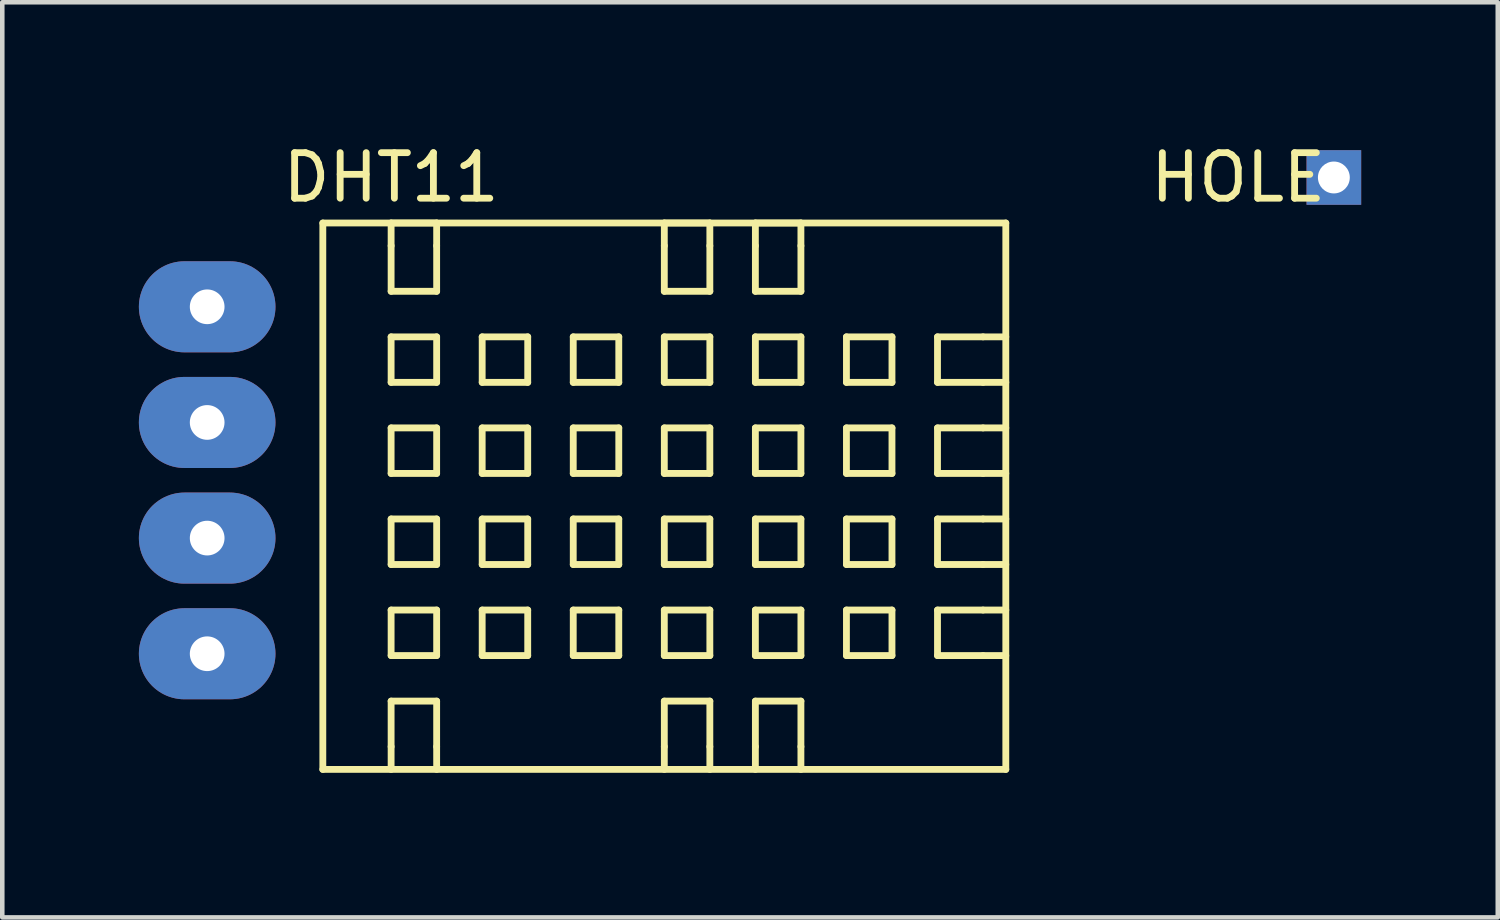
<source format=kicad_pcb>
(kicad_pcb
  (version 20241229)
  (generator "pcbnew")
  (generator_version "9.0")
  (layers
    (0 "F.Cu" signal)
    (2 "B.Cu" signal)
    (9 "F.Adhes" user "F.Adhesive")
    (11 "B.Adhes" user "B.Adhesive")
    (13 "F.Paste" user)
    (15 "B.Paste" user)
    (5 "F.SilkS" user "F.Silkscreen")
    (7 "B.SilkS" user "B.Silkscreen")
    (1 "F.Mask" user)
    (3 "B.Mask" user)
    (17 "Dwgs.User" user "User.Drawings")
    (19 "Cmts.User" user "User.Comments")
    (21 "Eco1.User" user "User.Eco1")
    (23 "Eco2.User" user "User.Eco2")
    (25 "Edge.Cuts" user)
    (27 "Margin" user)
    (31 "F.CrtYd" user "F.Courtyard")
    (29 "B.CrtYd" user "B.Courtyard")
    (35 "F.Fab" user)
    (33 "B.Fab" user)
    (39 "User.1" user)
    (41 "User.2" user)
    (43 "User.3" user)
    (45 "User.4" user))
  (footprint "DHT11"
    (layer "F.Cu")
    (at 4.04 13.848)
    (property "Reference" "DHT11" (at 1.5 -13 180) (layer "F.SilkS") (effects (font (size 1 1) (thickness 0.15))))
    (attr through_hole)
    (fp_line (start 0 -12) (end 0 0) (stroke (width 0.15) (type solid)) (layer "F.SilkS"))
    (fp_line (start 0 0) (end 15 0) (stroke (width 0.15) (type solid)) (layer "F.SilkS"))
    (fp_line (start 1.5 -12) (end 2.5 -12) (stroke (width 0.15) (type solid)) (layer "F.SilkS"))
    (fp_line (start 1.5 -11.5) (end 1.5 -12) (stroke (width 0.15) (type solid)) (layer "F.SilkS"))
    (fp_line (start 1.5 -10.5) (end 1.5 -11.5) (stroke (width 0.15) (type solid)) (layer "F.SilkS"))
    (fp_line (start 1.5 -9.5) (end 2.5 -9.5) (stroke (width 0.15) (type solid)) (layer "F.SilkS"))
    (fp_line (start 1.5 -8.5) (end 1.5 -9.5) (stroke (width 0.15) (type solid)) (layer "F.SilkS"))
    (fp_line (start 1.5 -7.5) (end 2.5 -7.5) (stroke (width 0.15) (type solid)) (layer "F.SilkS"))
    (fp_line (start 1.5 -6.5) (end 1.5 -7.5) (stroke (width 0.15) (type solid)) (layer "F.SilkS"))
    (fp_line (start 1.5 -5.5) (end 2.5 -5.5) (stroke (width 0.15) (type solid)) (layer "F.SilkS"))
    (fp_line (start 1.5 -4.5) (end 1.5 -5.5) (stroke (width 0.15) (type solid)) (layer "F.SilkS"))
    (fp_line (start 1.5 -3.5) (end 2.5 -3.5) (stroke (width 0.15) (type solid)) (layer "F.SilkS"))
    (fp_line (start 1.5 -2.5) (end 1.5 -3.5) (stroke (width 0.15) (type solid)) (layer "F.SilkS"))
    (fp_line (start 1.5 -1.5) (end 2.5 -1.5) (stroke (width 0.15) (type solid)) (layer "F.SilkS"))
    (fp_line (start 1.5 -0.5) (end 1.5 -1.5) (stroke (width 0.15) (type solid)) (layer "F.SilkS"))
    (fp_line (start 1.5 -0.5) (end 1.5 0) (stroke (width 0.15) (type solid)) (layer "F.SilkS"))
    (fp_line (start 2.5 -12) (end 2.5 -11.5) (stroke (width 0.15) (type solid)) (layer "F.SilkS"))
    (fp_line (start 2.5 -11.5) (end 2.5 -10.5) (stroke (width 0.15) (type solid)) (layer "F.SilkS"))
    (fp_line (start 2.5 -10.5) (end 1.5 -10.5) (stroke (width 0.15) (type solid)) (layer "F.SilkS"))
    (fp_line (start 2.5 -9.5) (end 2.5 -8.5) (stroke (width 0.15) (type solid)) (layer "F.SilkS"))
    (fp_line (start 2.5 -8.5) (end 1.5 -8.5) (stroke (width 0.15) (type solid)) (layer "F.SilkS"))
    (fp_line (start 2.5 -7.5) (end 2.5 -6.5) (stroke (width 0.15) (type solid)) (layer "F.SilkS"))
    (fp_line (start 2.5 -6.5) (end 1.5 -6.5) (stroke (width 0.15) (type solid)) (layer "F.SilkS"))
    (fp_line (start 2.5 -5.5) (end 2.5 -4.5) (stroke (width 0.15) (type solid)) (layer "F.SilkS"))
    (fp_line (start 2.5 -4.5) (end 1.5 -4.5) (stroke (width 0.15) (type solid)) (layer "F.SilkS"))
    (fp_line (start 2.5 -3.5) (end 2.5 -2.5) (stroke (width 0.15) (type solid)) (layer "F.SilkS"))
    (fp_line (start 2.5 -2.5) (end 1.5 -2.5) (stroke (width 0.15) (type solid)) (layer "F.SilkS"))
    (fp_line (start 2.5 -1.5) (end 2.5 -0.5) (stroke (width 0.15) (type solid)) (layer "F.SilkS"))
    (fp_line (start 2.5 -0.5) (end 2.5 0) (stroke (width 0.15) (type solid)) (layer "F.SilkS"))
    (fp_line (start 3.5 -9.5) (end 4.5 -9.5) (stroke (width 0.15) (type solid)) (layer "F.SilkS"))
    (fp_line (start 3.5 -8.5) (end 3.5 -9.5) (stroke (width 0.15) (type solid)) (layer "F.SilkS"))
    (fp_line (start 3.5 -7.5) (end 4.5 -7.5) (stroke (width 0.15) (type solid)) (layer "F.SilkS"))
    (fp_line (start 3.5 -6.5) (end 3.5 -7.5) (stroke (width 0.15) (type solid)) (layer "F.SilkS"))
    (fp_line (start 3.5 -5.5) (end 4.5 -5.5) (stroke (width 0.15) (type solid)) (layer "F.SilkS"))
    (fp_line (start 3.5 -4.5) (end 3.5 -5.5) (stroke (width 0.15) (type solid)) (layer "F.SilkS"))
    (fp_line (start 3.5 -3.5) (end 4.5 -3.5) (stroke (width 0.15) (type solid)) (layer "F.SilkS"))
    (fp_line (start 3.5 -2.5) (end 3.5 -3.5) (stroke (width 0.15) (type solid)) (layer "F.SilkS"))
    (fp_line (start 4.5 -9.5) (end 4.5 -8.5) (stroke (width 0.15) (type solid)) (layer "F.SilkS"))
    (fp_line (start 4.5 -8.5) (end 3.5 -8.5) (stroke (width 0.15) (type solid)) (layer "F.SilkS"))
    (fp_line (start 4.5 -7.5) (end 4.5 -6.5) (stroke (width 0.15) (type solid)) (layer "F.SilkS"))
    (fp_line (start 4.5 -6.5) (end 3.5 -6.5) (stroke (width 0.15) (type solid)) (layer "F.SilkS"))
    (fp_line (start 4.5 -5.5) (end 4.5 -4.5) (stroke (width 0.15) (type solid)) (layer "F.SilkS"))
    (fp_line (start 4.5 -4.5) (end 3.5 -4.5) (stroke (width 0.15) (type solid)) (layer "F.SilkS"))
    (fp_line (start 4.5 -3.5) (end 4.5 -2.5) (stroke (width 0.15) (type solid)) (layer "F.SilkS"))
    (fp_line (start 4.5 -2.5) (end 3.5 -2.5) (stroke (width 0.15) (type solid)) (layer "F.SilkS"))
    (fp_line (start 5.5 -9.5) (end 6.5 -9.5) (stroke (width 0.15) (type solid)) (layer "F.SilkS"))
    (fp_line (start 5.5 -8.5) (end 5.5 -9.5) (stroke (width 0.15) (type solid)) (layer "F.SilkS"))
    (fp_line (start 5.5 -7.5) (end 6.5 -7.5) (stroke (width 0.15) (type solid)) (layer "F.SilkS"))
    (fp_line (start 5.5 -6.5) (end 5.5 -7.5) (stroke (width 0.15) (type solid)) (layer "F.SilkS"))
    (fp_line (start 5.5 -5.5) (end 6.5 -5.5) (stroke (width 0.15) (type solid)) (layer "F.SilkS"))
    (fp_line (start 5.5 -4.5) (end 5.5 -5.5) (stroke (width 0.15) (type solid)) (layer "F.SilkS"))
    (fp_line (start 5.5 -3.5) (end 6.5 -3.5) (stroke (width 0.15) (type solid)) (layer "F.SilkS"))
    (fp_line (start 5.5 -2.5) (end 5.5 -3.5) (stroke (width 0.15) (type solid)) (layer "F.SilkS"))
    (fp_line (start 6.5 -9.5) (end 6.5 -8.5) (stroke (width 0.15) (type solid)) (layer "F.SilkS"))
    (fp_line (start 6.5 -8.5) (end 5.5 -8.5) (stroke (width 0.15) (type solid)) (layer "F.SilkS"))
    (fp_line (start 6.5 -7.5) (end 6.5 -6.5) (stroke (width 0.15) (type solid)) (layer "F.SilkS"))
    (fp_line (start 6.5 -6.5) (end 5.5 -6.5) (stroke (width 0.15) (type solid)) (layer "F.SilkS"))
    (fp_line (start 6.5 -5.5) (end 6.5 -4.5) (stroke (width 0.15) (type solid)) (layer "F.SilkS"))
    (fp_line (start 6.5 -4.5) (end 5.5 -4.5) (stroke (width 0.15) (type solid)) (layer "F.SilkS"))
    (fp_line (start 6.5 -3.5) (end 6.5 -2.5) (stroke (width 0.15) (type solid)) (layer "F.SilkS"))
    (fp_line (start 6.5 -2.5) (end 5.5 -2.5) (stroke (width 0.15) (type solid)) (layer "F.SilkS"))
    (fp_line (start 7.5 -12) (end 8.5 -12) (stroke (width 0.15) (type solid)) (layer "F.SilkS"))
    (fp_line (start 7.5 -11.5) (end 7.5 -12) (stroke (width 0.15) (type solid)) (layer "F.SilkS"))
    (fp_line (start 7.5 -10.5) (end 7.5 -11.5) (stroke (width 0.15) (type solid)) (layer "F.SilkS"))
    (fp_line (start 7.5 -9.5) (end 8.5 -9.5) (stroke (width 0.15) (type solid)) (layer "F.SilkS"))
    (fp_line (start 7.5 -8.5) (end 7.5 -9.5) (stroke (width 0.15) (type solid)) (layer "F.SilkS"))
    (fp_line (start 7.5 -7.5) (end 8.5 -7.5) (stroke (width 0.15) (type solid)) (layer "F.SilkS"))
    (fp_line (start 7.5 -6.5) (end 7.5 -7.5) (stroke (width 0.15) (type solid)) (layer "F.SilkS"))
    (fp_line (start 7.5 -5.5) (end 8.5 -5.5) (stroke (width 0.15) (type solid)) (layer "F.SilkS"))
    (fp_line (start 7.5 -4.5) (end 7.5 -5.5) (stroke (width 0.15) (type solid)) (layer "F.SilkS"))
    (fp_line (start 7.5 -3.5) (end 8.5 -3.5) (stroke (width 0.15) (type solid)) (layer "F.SilkS"))
    (fp_line (start 7.5 -2.5) (end 7.5 -3.5) (stroke (width 0.15) (type solid)) (layer "F.SilkS"))
    (fp_line (start 7.5 -1.5) (end 8.5 -1.5) (stroke (width 0.15) (type solid)) (layer "F.SilkS"))
    (fp_line (start 7.5 -0.5) (end 7.5 -1.5) (stroke (width 0.15) (type solid)) (layer "F.SilkS"))
    (fp_line (start 7.5 -0.5) (end 7.5 0) (stroke (width 0.15) (type solid)) (layer "F.SilkS"))
    (fp_line (start 8.5 -12) (end 8.5 -11.5) (stroke (width 0.15) (type solid)) (layer "F.SilkS"))
    (fp_line (start 8.5 -11.5) (end 8.5 -10.5) (stroke (width 0.15) (type solid)) (layer "F.SilkS"))
    (fp_line (start 8.5 -10.5) (end 7.5 -10.5) (stroke (width 0.15) (type solid)) (layer "F.SilkS"))
    (fp_line (start 8.5 -9.5) (end 8.5 -8.5) (stroke (width 0.15) (type solid)) (layer "F.SilkS"))
    (fp_line (start 8.5 -8.5) (end 7.5 -8.5) (stroke (width 0.15) (type solid)) (layer "F.SilkS"))
    (fp_line (start 8.5 -7.5) (end 8.5 -6.5) (stroke (width 0.15) (type solid)) (layer "F.SilkS"))
    (fp_line (start 8.5 -6.5) (end 7.5 -6.5) (stroke (width 0.15) (type solid)) (layer "F.SilkS"))
    (fp_line (start 8.5 -5.5) (end 8.5 -4.5) (stroke (width 0.15) (type solid)) (layer "F.SilkS"))
    (fp_line (start 8.5 -4.5) (end 7.5 -4.5) (stroke (width 0.15) (type solid)) (layer "F.SilkS"))
    (fp_line (start 8.5 -3.5) (end 8.5 -2.5) (stroke (width 0.15) (type solid)) (layer "F.SilkS"))
    (fp_line (start 8.5 -2.5) (end 7.5 -2.5) (stroke (width 0.15) (type solid)) (layer "F.SilkS"))
    (fp_line (start 8.5 -1.5) (end 8.5 -0.5) (stroke (width 0.15) (type solid)) (layer "F.SilkS"))
    (fp_line (start 8.5 -0.5) (end 8.5 0) (stroke (width 0.15) (type solid)) (layer "F.SilkS"))
    (fp_line (start 9.5 -12) (end 10.5 -12) (stroke (width 0.15) (type solid)) (layer "F.SilkS"))
    (fp_line (start 9.5 -11.5) (end 9.5 -12) (stroke (width 0.15) (type solid)) (layer "F.SilkS"))
    (fp_line (start 9.5 -10.5) (end 9.5 -11.5) (stroke (width 0.15) (type solid)) (layer "F.SilkS"))
    (fp_line (start 9.5 -9.5) (end 10.5 -9.5) (stroke (width 0.15) (type solid)) (layer "F.SilkS"))
    (fp_line (start 9.5 -8.5) (end 9.5 -9.5) (stroke (width 0.15) (type solid)) (layer "F.SilkS"))
    (fp_line (start 9.5 -7.5) (end 10.5 -7.5) (stroke (width 0.15) (type solid)) (layer "F.SilkS"))
    (fp_line (start 9.5 -6.5) (end 9.5 -7.5) (stroke (width 0.15) (type solid)) (layer "F.SilkS"))
    (fp_line (start 9.5 -5.5) (end 10.5 -5.5) (stroke (width 0.15) (type solid)) (layer "F.SilkS"))
    (fp_line (start 9.5 -4.5) (end 9.5 -5.5) (stroke (width 0.15) (type solid)) (layer "F.SilkS"))
    (fp_line (start 9.5 -3.5) (end 10.5 -3.5) (stroke (width 0.15) (type solid)) (layer "F.SilkS"))
    (fp_line (start 9.5 -2.5) (end 9.5 -3.5) (stroke (width 0.15) (type solid)) (layer "F.SilkS"))
    (fp_line (start 9.5 -1.5) (end 10.5 -1.5) (stroke (width 0.15) (type solid)) (layer "F.SilkS"))
    (fp_line (start 9.5 -0.5) (end 9.5 -1.5) (stroke (width 0.15) (type solid)) (layer "F.SilkS"))
    (fp_line (start 9.5 -0.5) (end 9.5 0) (stroke (width 0.15) (type solid)) (layer "F.SilkS"))
    (fp_line (start 10.5 -12) (end 10.5 -11.5) (stroke (width 0.15) (type solid)) (layer "F.SilkS"))
    (fp_line (start 10.5 -11.5) (end 10.5 -10.5) (stroke (width 0.15) (type solid)) (layer "F.SilkS"))
    (fp_line (start 10.5 -10.5) (end 9.5 -10.5) (stroke (width 0.15) (type solid)) (layer "F.SilkS"))
    (fp_line (start 10.5 -9.5) (end 10.5 -8.5) (stroke (width 0.15) (type solid)) (layer "F.SilkS"))
    (fp_line (start 10.5 -8.5) (end 9.5 -8.5) (stroke (width 0.15) (type solid)) (layer "F.SilkS"))
    (fp_line (start 10.5 -7.5) (end 10.5 -6.5) (stroke (width 0.15) (type solid)) (layer "F.SilkS"))
    (fp_line (start 10.5 -6.5) (end 9.5 -6.5) (stroke (width 0.15) (type solid)) (layer "F.SilkS"))
    (fp_line (start 10.5 -5.5) (end 10.5 -4.5) (stroke (width 0.15) (type solid)) (layer "F.SilkS"))
    (fp_line (start 10.5 -4.5) (end 9.5 -4.5) (stroke (width 0.15) (type solid)) (layer "F.SilkS"))
    (fp_line (start 10.5 -3.5) (end 10.5 -2.5) (stroke (width 0.15) (type solid)) (layer "F.SilkS"))
    (fp_line (start 10.5 -2.5) (end 9.5 -2.5) (stroke (width 0.15) (type solid)) (layer "F.SilkS"))
    (fp_line (start 10.5 -1.5) (end 10.5 -0.5) (stroke (width 0.15) (type solid)) (layer "F.SilkS"))
    (fp_line (start 10.5 -0.5) (end 10.5 0) (stroke (width 0.15) (type solid)) (layer "F.SilkS"))
    (fp_line (start 11.5 -9.5) (end 12.5 -9.5) (stroke (width 0.15) (type solid)) (layer "F.SilkS"))
    (fp_line (start 11.5 -8.5) (end 11.5 -9.5) (stroke (width 0.15) (type solid)) (layer "F.SilkS"))
    (fp_line (start 11.5 -7.5) (end 12.5 -7.5) (stroke (width 0.15) (type solid)) (layer "F.SilkS"))
    (fp_line (start 11.5 -6.5) (end 11.5 -7.5) (stroke (width 0.15) (type solid)) (layer "F.SilkS"))
    (fp_line (start 11.5 -5.5) (end 12.5 -5.5) (stroke (width 0.15) (type solid)) (layer "F.SilkS"))
    (fp_line (start 11.5 -4.5) (end 11.5 -5.5) (stroke (width 0.15) (type solid)) (layer "F.SilkS"))
    (fp_line (start 11.5 -3.5) (end 12.5 -3.5) (stroke (width 0.15) (type solid)) (layer "F.SilkS"))
    (fp_line (start 11.5 -2.5) (end 11.5 -3.5) (stroke (width 0.15) (type solid)) (layer "F.SilkS"))
    (fp_line (start 12.5 -9.5) (end 12.5 -8.5) (stroke (width 0.15) (type solid)) (layer "F.SilkS"))
    (fp_line (start 12.5 -8.5) (end 11.5 -8.5) (stroke (width 0.15) (type solid)) (layer "F.SilkS"))
    (fp_line (start 12.5 -7.5) (end 12.5 -6.5) (stroke (width 0.15) (type solid)) (layer "F.SilkS"))
    (fp_line (start 12.5 -6.5) (end 11.5 -6.5) (stroke (width 0.15) (type solid)) (layer "F.SilkS"))
    (fp_line (start 12.5 -5.5) (end 12.5 -4.5) (stroke (width 0.15) (type solid)) (layer "F.SilkS"))
    (fp_line (start 12.5 -4.5) (end 11.5 -4.5) (stroke (width 0.15) (type solid)) (layer "F.SilkS"))
    (fp_line (start 12.5 -3.5) (end 12.5 -2.5) (stroke (width 0.15) (type solid)) (layer "F.SilkS"))
    (fp_line (start 12.5 -2.5) (end 11.5 -2.5) (stroke (width 0.15) (type solid)) (layer "F.SilkS"))
    (fp_line (start 13.5 -9.5) (end 14.5 -9.5) (stroke (width 0.15) (type solid)) (layer "F.SilkS"))
    (fp_line (start 13.5 -8.5) (end 13.5 -9.5) (stroke (width 0.15) (type solid)) (layer "F.SilkS"))
    (fp_line (start 13.5 -7.5) (end 14.5 -7.5) (stroke (width 0.15) (type solid)) (layer "F.SilkS"))
    (fp_line (start 13.5 -6.5) (end 13.5 -7.5) (stroke (width 0.15) (type solid)) (layer "F.SilkS"))
    (fp_line (start 13.5 -5.5) (end 14.5 -5.5) (stroke (width 0.15) (type solid)) (layer "F.SilkS"))
    (fp_line (start 13.5 -4.5) (end 13.5 -5.5) (stroke (width 0.15) (type solid)) (layer "F.SilkS"))
    (fp_line (start 13.5 -3.5) (end 14.5 -3.5) (stroke (width 0.15) (type solid)) (layer "F.SilkS"))
    (fp_line (start 13.5 -2.5) (end 13.5 -3.5) (stroke (width 0.15) (type solid)) (layer "F.SilkS"))
    (fp_line (start 14.5 -9.5) (end 15 -9.5) (stroke (width 0.15) (type solid)) (layer "F.SilkS"))
    (fp_line (start 14.5 -8.5) (end 13.5 -8.5) (stroke (width 0.15) (type solid)) (layer "F.SilkS"))
    (fp_line (start 14.5 -8.5) (end 15 -8.5) (stroke (width 0.15) (type solid)) (layer "F.SilkS"))
    (fp_line (start 14.5 -7.5) (end 15 -7.5) (stroke (width 0.15) (type solid)) (layer "F.SilkS"))
    (fp_line (start 14.5 -6.5) (end 13.5 -6.5) (stroke (width 0.15) (type solid)) (layer "F.SilkS"))
    (fp_line (start 14.5 -6.5) (end 15 -6.5) (stroke (width 0.15) (type solid)) (layer "F.SilkS"))
    (fp_line (start 14.5 -5.5) (end 15 -5.5) (stroke (width 0.15) (type solid)) (layer "F.SilkS"))
    (fp_line (start 14.5 -4.5) (end 13.5 -4.5) (stroke (width 0.15) (type solid)) (layer "F.SilkS"))
    (fp_line (start 14.5 -4.5) (end 15 -4.5) (stroke (width 0.15) (type solid)) (layer "F.SilkS"))
    (fp_line (start 14.5 -2.5) (end 13.5 -2.5) (stroke (width 0.15) (type solid)) (layer "F.SilkS"))
    (fp_line (start 14.5 -2.5) (end 15 -2.5) (stroke (width 0.15) (type solid)) (layer "F.SilkS"))
    (fp_line (start 15 -12) (end 0 -12) (stroke (width 0.15) (type solid)) (layer "F.SilkS"))
    (fp_line (start 15 -3.5) (end 14.5 -3.5) (stroke (width 0.15) (type solid)) (layer "F.SilkS"))
    (fp_line (start 15 0) (end 15 -12) (stroke (width 0.15) (type solid)) (layer "F.SilkS"))
    (pad "1" thru_hole oval (at -2.54 -10.16) (size 3 2) (drill 0.762) (layers "*.Cu" "B.Mask"))
    (pad "2" thru_hole oval (at -2.54 -7.62) (size 3 2) (drill 0.762) (layers "*.Cu" "B.Mask"))
    (pad "3" thru_hole oval (at -2.54 -5.08) (size 3 2) (drill 0.762) (layers "*.Cu" "B.Mask"))
    (pad "4" thru_hole oval (at -2.54 -2.54) (size 3 2) (drill 0.762) (layers "*.Cu" "B.Mask")))
  (footprint "HOLE"
    (layer "F.Cu")
    (at 26.245 0.848)
    (property "Reference" "HOLE" (at -2.1 0 0) (layer "F.SilkS") (effects (font (size 1 1) (thickness 0.15))))
    (attr through_hole)
    (pad "1" thru_hole rect (at 0 0) (size 1.2 1.2) (drill 0.7) (layers "*.Cu" "*.Mask")))
  (gr_rect
    (start -3 -3)
    (end 29.845 17.098)
    (stroke (width 0.1) (type default))
    (fill no)
    (layer "Edge.Cuts")))
</source>
